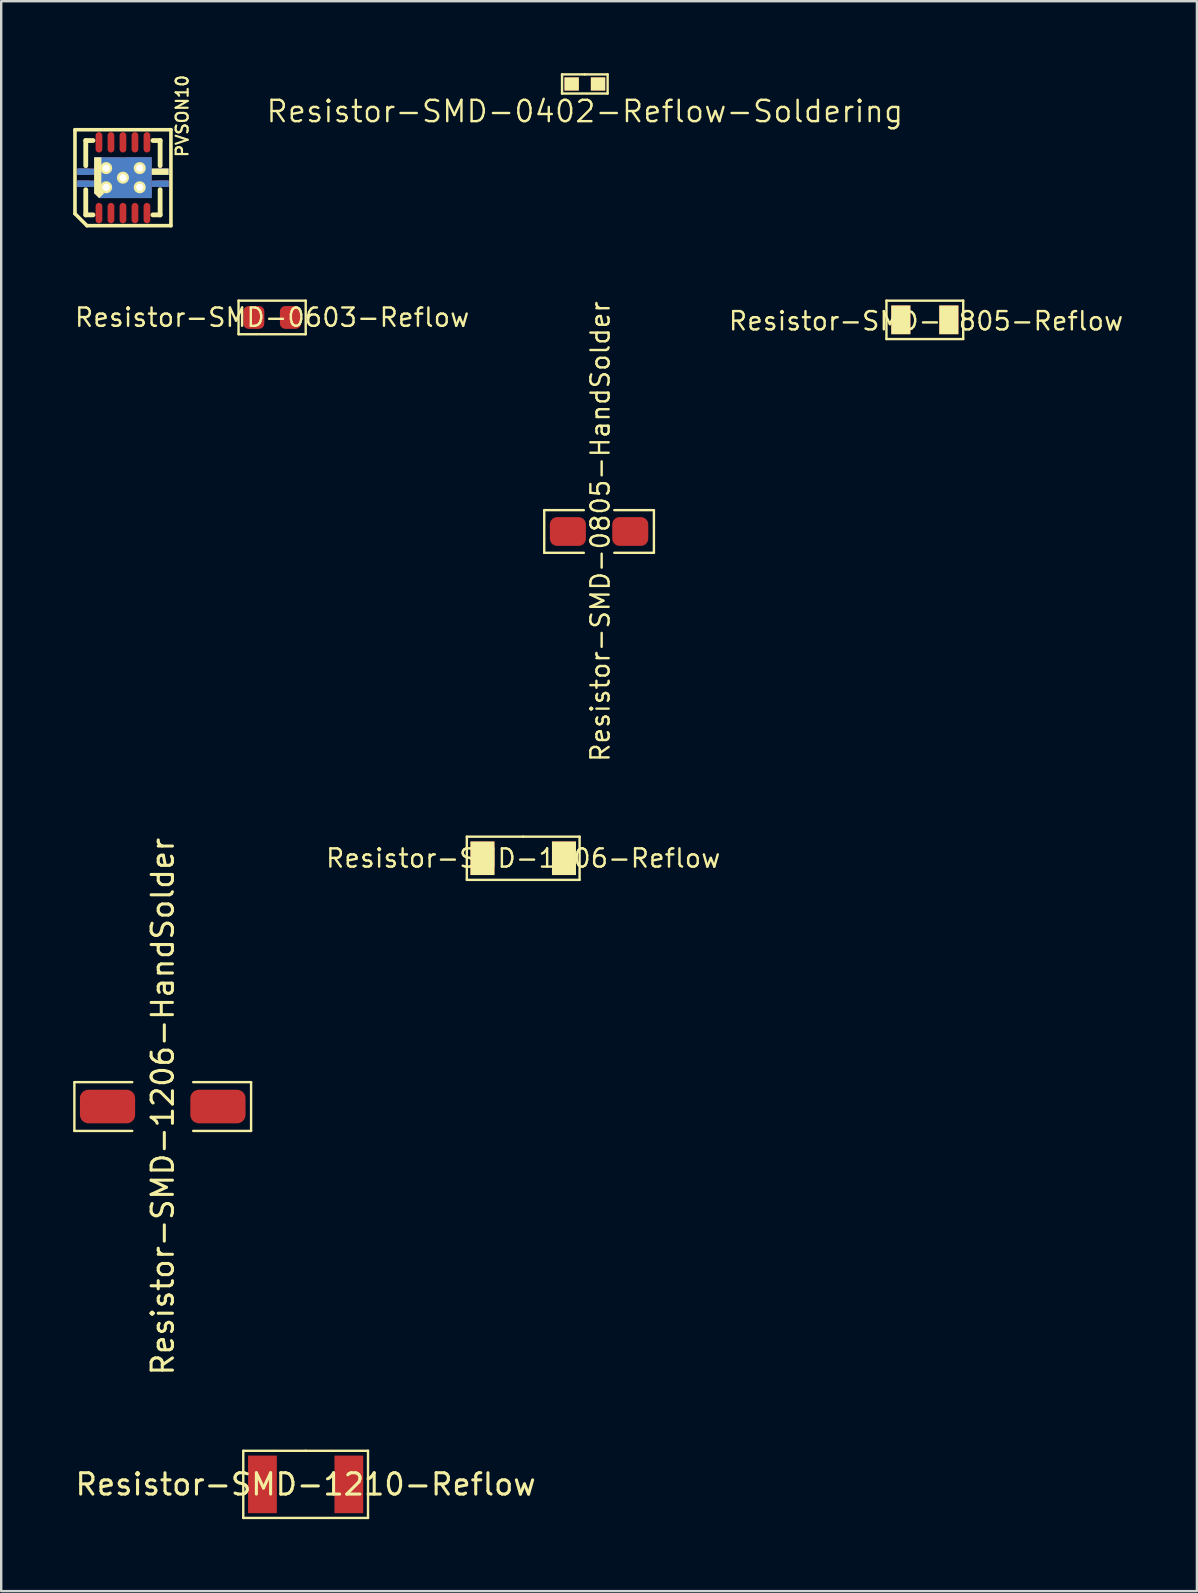
<source format=kicad_pcb>
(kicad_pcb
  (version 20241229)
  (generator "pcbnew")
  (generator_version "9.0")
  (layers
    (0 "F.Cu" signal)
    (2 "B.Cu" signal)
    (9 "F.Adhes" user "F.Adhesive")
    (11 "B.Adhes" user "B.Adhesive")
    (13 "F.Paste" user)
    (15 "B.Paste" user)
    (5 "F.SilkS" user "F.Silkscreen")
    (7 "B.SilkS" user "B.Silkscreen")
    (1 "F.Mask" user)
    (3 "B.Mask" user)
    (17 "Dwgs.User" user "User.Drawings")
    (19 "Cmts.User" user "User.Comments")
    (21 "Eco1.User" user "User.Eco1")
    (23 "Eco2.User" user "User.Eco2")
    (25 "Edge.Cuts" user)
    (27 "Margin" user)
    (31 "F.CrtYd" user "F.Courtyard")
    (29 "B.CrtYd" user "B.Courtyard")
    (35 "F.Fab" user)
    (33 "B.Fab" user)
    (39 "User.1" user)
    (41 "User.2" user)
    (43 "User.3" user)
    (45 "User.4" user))
  (footprint "Resistor-SMD-1210-Reflow"
    (layer "F.Cu")
    (at 9.69 58.823)
    (property "Reference" "Resistor-SMD-1210-Reflow" (at 0 0 180) (layer "F.SilkS") (effects (font (size 0.889 0.889) (thickness 0.127))))
    (attr smd)
    (fp_line (start -2.6 -1.4) (end 0 -1.4) (stroke (width 0.1) (type solid)) (layer "F.SilkS"))
    (fp_line (start -2.6 1.4) (end -2.6 -1.4) (stroke (width 0.1) (type solid)) (layer "F.SilkS"))
    (fp_line (start 0 -1.4) (end 2.6 -1.4) (stroke (width 0.1) (type solid)) (layer "F.SilkS"))
    (fp_line (start 2.6 -1.4) (end 2.6 1.4) (stroke (width 0.1) (type solid)) (layer "F.SilkS"))
    (fp_line (start 2.6 1.4) (end -2.6 1.4) (stroke (width 0.1) (type solid)) (layer "F.SilkS"))
    (pad "1" smd rect (at -1.801 0) (size 1.199 2.4) (layers "F.Cu" "F.Mask" "F.Paste"))
    (pad "2" smd rect (at 1.801 0) (size 1.199 2.4) (layers "F.Cu" "F.Mask" "F.Paste")))
  (footprint "Resistor-SMD-0805-HandSolder"
    (layer "F.Cu")
    (at 21.921 19.104)
    (property "Reference" "Resistor-SMD-0805-HandSolder" (at 0.051 0 90) (layer "F.SilkS") (effects (font (size 0.762 0.762) (thickness 0.1))))
    (attr smd)
    (fp_line (start -2.286 -0.889) (end -2.286 0.889) (stroke (width 0.1) (type solid)) (layer "F.SilkS"))
    (fp_line (start -2.286 -0.889) (end -0.635 -0.889) (stroke (width 0.1) (type solid)) (layer "F.SilkS"))
    (fp_line (start -2.286 0.889) (end -0.635 0.889) (stroke (width 0.1) (type solid)) (layer "F.SilkS"))
    (fp_line (start 0.635 0.889) (end 2.286 0.889) (stroke (width 0.1) (type solid)) (layer "F.SilkS"))
    (fp_line (start 2.286 -0.889) (end 0.635 -0.889) (stroke (width 0.1) (type solid)) (layer "F.SilkS"))
    (fp_line (start 2.286 0.889) (end 2.286 -0.889) (stroke (width 0.1) (type solid)) (layer "F.SilkS"))
    (pad "1" smd roundrect (at -1.3 0) (size 1.501 1.199) (layers "F.Cu" "F.Mask" "F.Paste") (roundrect_rratio 0.25))
    (pad "2" smd roundrect (at 1.3 0) (size 1.501 1.199) (layers "F.Cu" "F.Mask" "F.Paste") (roundrect_rratio 0.25)))
  (footprint "Resistor-SMD-1206-Reflow"
    (layer "F.Cu")
    (at 18.759 32.725)
    (property "Reference" "Resistor-SMD-1206-Reflow" (at 0 0 180) (layer "F.SilkS") (effects (font (size 0.762 0.762) (thickness 0.1))))
    (attr smd)
    (fp_line (start -2.35 -0.9) (end 0 -0.9) (stroke (width 0.1) (type solid)) (layer "F.SilkS"))
    (fp_line (start -2.35 0.9) (end -2.35 -0.9) (stroke (width 0.1) (type solid)) (layer "F.SilkS"))
    (fp_line (start 0 -0.9) (end 2.35 -0.9) (stroke (width 0.1) (type solid)) (layer "F.SilkS"))
    (fp_line (start 2.35 -0.9) (end 2.35 0.9) (stroke (width 0.1) (type solid)) (layer "F.SilkS"))
    (fp_line (start 2.35 0.9) (end -2.35 0.9) (stroke (width 0.1) (type solid)) (layer "F.SilkS"))
    (pad "1" smd rect (at -1.699 0) (size 1.001 1.4) (layers "F.Cu" "F.Mask" "F.SilkS" "F.Paste"))
    (pad "2" smd rect (at 1.699 0) (size 1.001 1.4) (layers "F.Cu" "F.Mask" "F.SilkS" "F.Paste")))
  (footprint "Resistor-SMD-1206-HandSolder"
    (layer "F.Cu")
    (at 3.733 43.074)
    (property "Reference" "Resistor-SMD-1206-HandSolder" (at 0 0 90) (layer "F.SilkS") (effects (font (size 0.889 0.889) (thickness 0.127))))
    (attr smd)
    (fp_line (start -3.683 -1.016) (end -3.683 1.016) (stroke (width 0.1) (type solid)) (layer "F.SilkS"))
    (fp_line (start -3.683 -1.016) (end -1.27 -1.016) (stroke (width 0.1) (type solid)) (layer "F.SilkS"))
    (fp_line (start -3.683 1.016) (end -1.27 1.016) (stroke (width 0.1) (type solid)) (layer "F.SilkS"))
    (fp_line (start 1.27 -1.016) (end 3.683 -1.016) (stroke (width 0.1) (type solid)) (layer "F.SilkS"))
    (fp_line (start 3.683 -1.016) (end 3.683 1.016) (stroke (width 0.1) (type solid)) (layer "F.SilkS"))
    (fp_line (start 3.683 1.016) (end 1.27 1.016) (stroke (width 0.1) (type solid)) (layer "F.SilkS"))
    (pad "1" smd roundrect (at -2.301 0) (size 2.301 1.4) (layers "F.Cu" "F.Mask" "F.Paste") (roundrect_rratio 0.25))
    (pad "2" smd roundrect (at 2.301 0) (size 2.301 1.4) (layers "F.Cu" "F.Mask" "F.Paste") (roundrect_rratio 0.25)))
  (footprint "Resistor-SMD-0805-Reflow"
    (layer "F.Cu")
    (at 35.5 10.282)
    (property "Reference" "Resistor-SMD-0805-Reflow" (at 0.05 0.05 0) (layer "F.SilkS") (effects (font (size 0.762 0.762) (thickness 0.1))))
    (attr smd)
    (fp_line (start -1.6 -0.8) (end 1.6 -0.8) (stroke (width 0.1) (type solid)) (layer "F.SilkS"))
    (fp_line (start -1.6 0.8) (end -1.6 -0.8) (stroke (width 0.1) (type solid)) (layer "F.SilkS"))
    (fp_line (start 1.6 -0.8) (end 1.6 0.8) (stroke (width 0.1) (type solid)) (layer "F.SilkS"))
    (fp_line (start 1.6 0.8) (end -1.6 0.8) (stroke (width 0.1) (type solid)) (layer "F.SilkS"))
    (pad "1" smd rect (at -1.001 0) (size 0.8 1.199) (layers "F.Cu" "F.Mask" "F.SilkS" "F.Paste"))
    (pad "2" smd rect (at 1.001 0) (size 0.8 1.199) (layers "F.Cu" "F.Mask" "F.SilkS" "F.Paste")))
  (footprint "Resistor-SMD-0603-Reflow"
    (layer "F.Cu")
    (at 8.293 10.182)
    (property "Reference" "Resistor-SMD-0603-Reflow" (at 0 0 180) (layer "F.SilkS") (effects (font (size 0.762 0.762) (thickness 0.1))))
    (attr smd)
    (fp_line (start -1.4 -0.7) (end 1.4 -0.7) (stroke (width 0.1) (type solid)) (layer "F.SilkS"))
    (fp_line (start -1.4 0.7) (end -1.4 -0.7) (stroke (width 0.1) (type solid)) (layer "F.SilkS"))
    (fp_line (start 1.4 -0.7) (end 1.4 0.7) (stroke (width 0.1) (type solid)) (layer "F.SilkS"))
    (fp_line (start 1.4 0.7) (end -1.4 0.7) (stroke (width 0.1) (type solid)) (layer "F.SilkS"))
    (pad "1" smd roundrect (at -0.762 0) (size 0.875 0.95) (layers "F.Cu" "F.Mask" "F.Paste") (roundrect_rratio 0.25))
    (pad "2" smd roundrect (at 0.762 0) (size 0.875 0.95) (layers "F.Cu" "F.Mask" "F.Paste") (roundrect_rratio 0.25)))
  (footprint "PVSON10"
    (layer "F.Cu")
    (at 2.075 4.357)
    (property "Reference" "PVSON10" (at 2.47 -2.57 270) (layer "F.SilkS") (effects (font (size 0.5 0.5) (thickness 0.09))))
    (attr through_hole)
    (fp_line (start -2 -2) (end -2 1.5) (stroke (width 0.15) (type solid)) (layer "F.SilkS"))
    (fp_line (start -2 1.5) (end -1.5 2) (stroke (width 0.15) (type solid)) (layer "F.SilkS"))
    (fp_line (start -1.55 -1.55) (end -1.55 -0.5) (stroke (width 0.201) (type solid)) (layer "F.SilkS"))
    (fp_line (start -1.55 -1.55) (end -1.25 -1.55) (stroke (width 0.201) (type solid)) (layer "F.SilkS"))
    (fp_line (start -1.55 1.55) (end -1.55 0.5) (stroke (width 0.201) (type solid)) (layer "F.SilkS"))
    (fp_line (start -1.55 1.55) (end -1.25 1.55) (stroke (width 0.201) (type solid)) (layer "F.SilkS"))
    (fp_line (start -1.5 2) (end 2 2) (stroke (width 0.15) (type solid)) (layer "F.SilkS"))
    (fp_line (start 1.55 -1.55) (end 1.25 -1.55) (stroke (width 0.201) (type solid)) (layer "F.SilkS"))
    (fp_line (start 1.55 -1.55) (end 1.55 -0.5) (stroke (width 0.201) (type solid)) (layer "F.SilkS"))
    (fp_line (start 1.55 1.55) (end 1.25 1.55) (stroke (width 0.201) (type solid)) (layer "F.SilkS"))
    (fp_line (start 1.55 1.55) (end 1.55 0.5) (stroke (width 0.201) (type solid)) (layer "F.SilkS"))
    (fp_line (start 2 -2) (end -2 -2) (stroke (width 0.15) (type solid)) (layer "F.SilkS"))
    (fp_line (start 2 -2) (end 2 2) (stroke (width 0.15) (type solid)) (layer "F.SilkS"))
    (pad "0" smd rect (at -1.65 -0.25) (size 0.5 0.26) (layers "*.Cu" "F.Paste"))
    (pad "0" smd rect (at -1.65 0.25) (size 0.5 0.26) (layers "*.Cu" "F.Paste"))
    (pad "0" smd rect (at -1.55 -0.25) (size 0.7 0.26) (layers "*.Cu" "F.Mask"))
    (pad "0" smd rect (at -1.55 0.25) (size 0.7 0.26) (layers "*.Cu" "F.Mask"))
    (pad "0" smd rect (at -1.05 -0.1 90) (size 1.5 0.3) (layers "*.Cu" "F.Mask" "F.SilkS"))
    (pad "0" smd rect (at -0.99 0.64 45) (size 0.3 0.3) (layers "*.Cu" "F.Mask" "F.SilkS"))
    (pad "0" thru_hole circle (at -0.7 -0.4 180) (size 0.5 0.5) (drill 0.3) (layers "*.Cu" "*.Mask" "F.SilkS"))
    (pad "0" thru_hole circle (at -0.7 0.4 180) (size 0.5 0.5) (drill 0.3) (layers "*.Cu" "*.Mask" "F.SilkS"))
    (pad "0" smd rect (at -0.65 -0.5 270) (size 0.66 1.05) (layers "*.Cu" "F.Paste"))
    (pad "0" smd rect (at -0.6 0.45 270) (size 0.55 0.95) (layers "*.Cu" "F.Paste"))
    (pad "0" thru_hole circle (at 0 0 180) (size 0.5 0.5) (drill 0.3) (layers "*.Cu" "*.Mask" "F.SilkS"))
    (pad "0" smd rect (at 0 0 270) (size 1.5 2.2) (drill (offset -0.1 -0.1)) (layers "*.Cu" "F.Mask"))
    (pad "0" smd rect (at 0.1 0.7 90) (size 0.3 2.2) (layers "*.Cu" "F.Mask"))
    (pad "0" smd rect (at 0.65 -0.5 270) (size 0.68 1.05) (layers "*.Cu" "F.Paste"))
    (pad "0" smd rect (at 0.65 0.5 270) (size 0.66 1.05) (layers "*.Cu" "F.Paste"))
    (pad "0" thru_hole circle (at 0.7 -0.4 180) (size 0.5 0.5) (drill 0.3) (layers "*.Cu" "*.Mask" "F.SilkS"))
    (pad "0" thru_hole circle (at 0.7 0.4 180) (size 0.5 0.5) (drill 0.3) (layers "*.Cu" "*.Mask" "F.SilkS"))
    (pad "0" smd rect (at 1.55 -0.25) (size 0.7 0.26) (layers "*.Cu" "F.Mask" "F.SilkS"))
    (pad "0" smd rect (at 1.55 0.25) (size 0.7 0.26) (layers "*.Cu" "F.Mask"))
    (pad "0" smd rect (at 1.65 -0.25) (size 0.5 0.26) (layers "*.Cu" "F.Paste"))
    (pad "0" smd rect (at 1.65 0.25) (size 0.5 0.26) (layers "*.Cu" "F.Paste"))
    (pad "1" smd oval (at -1 1.475 90) (size 0.85 0.28) (layers "F.Cu" "F.Mask" "F.Paste"))
    (pad "2" smd oval (at -0.5 1.475 90) (size 0.85 0.28) (layers "F.Cu" "F.Mask" "F.Paste"))
    (pad "3" smd oval (at 0 1.475 90) (size 0.85 0.28) (layers "F.Cu" "F.Mask" "F.Paste"))
    (pad "4" smd oval (at 0.5 1.475 90) (size 0.85 0.28) (layers "F.Cu" "F.Mask" "F.Paste"))
    (pad "5" smd oval (at 1 1.475 90) (size 0.85 0.28) (layers "F.Cu" "F.Mask" "F.Paste"))
    (pad "6" smd oval (at 1 -1.475 270) (size 0.85 0.28) (layers "F.Cu" "F.Mask" "F.Paste"))
    (pad "7" smd oval (at 0.5 -1.475 270) (size 0.85 0.28) (layers "F.Cu" "F.Mask" "F.Paste"))
    (pad "8" smd oval (at 0 -1.475 270) (size 0.85 0.28) (layers "F.Cu" "F.Mask" "F.Paste"))
    (pad "9" smd oval (at -0.5 -1.475 270) (size 0.85 0.28) (layers "F.Cu" "F.Mask" "F.Paste"))
    (pad "10" smd oval (at -1 -1.475 270) (size 0.85 0.28) (layers "F.Cu" "F.Mask" "F.Paste")))
  (footprint "Resistor-SMD-0402-Reflow-Soldering"
    (layer "F.Cu")
    (at 21.328 0.45)
    (property "Reference" "Resistor-SMD-0402-Reflow-Soldering" (at 0 1.143 0) (layer "F.SilkS") (effects (font (size 0.889 0.889) (thickness 0.1))))
    (attr through_hole)
    (fp_line (start -0.95 -0.4) (end 0 -0.4) (stroke (width 0.1) (type solid)) (layer "F.SilkS"))
    (fp_line (start -0.95 0.4) (end -0.95 -0.4) (stroke (width 0.1) (type solid)) (layer "F.SilkS"))
    (fp_line (start 0 -0.4) (end 0.95 -0.4) (stroke (width 0.1) (type solid)) (layer "F.SilkS"))
    (fp_line (start 0.95 -0.4) (end 0.95 0.4) (stroke (width 0.1) (type solid)) (layer "F.SilkS"))
    (fp_line (start 0.95 0.4) (end -0.95 0.4) (stroke (width 0.1) (type solid)) (layer "F.SilkS"))
    (pad "1" smd rect (at -0.55 0) (size 0.6 0.55) (layers "F.Cu" "F.Mask" "F.SilkS" "F.Paste"))
    (pad "2" smd rect (at 0.55 0) (size 0.6 0.55) (layers "F.Cu" "F.Mask" "F.SilkS" "F.Paste")))
  (gr_rect
    (start -3 -3)
    (end 46.842 63.273)
    (stroke (width 0.1) (type default))
    (fill no)
    (layer "Edge.Cuts")))
</source>
